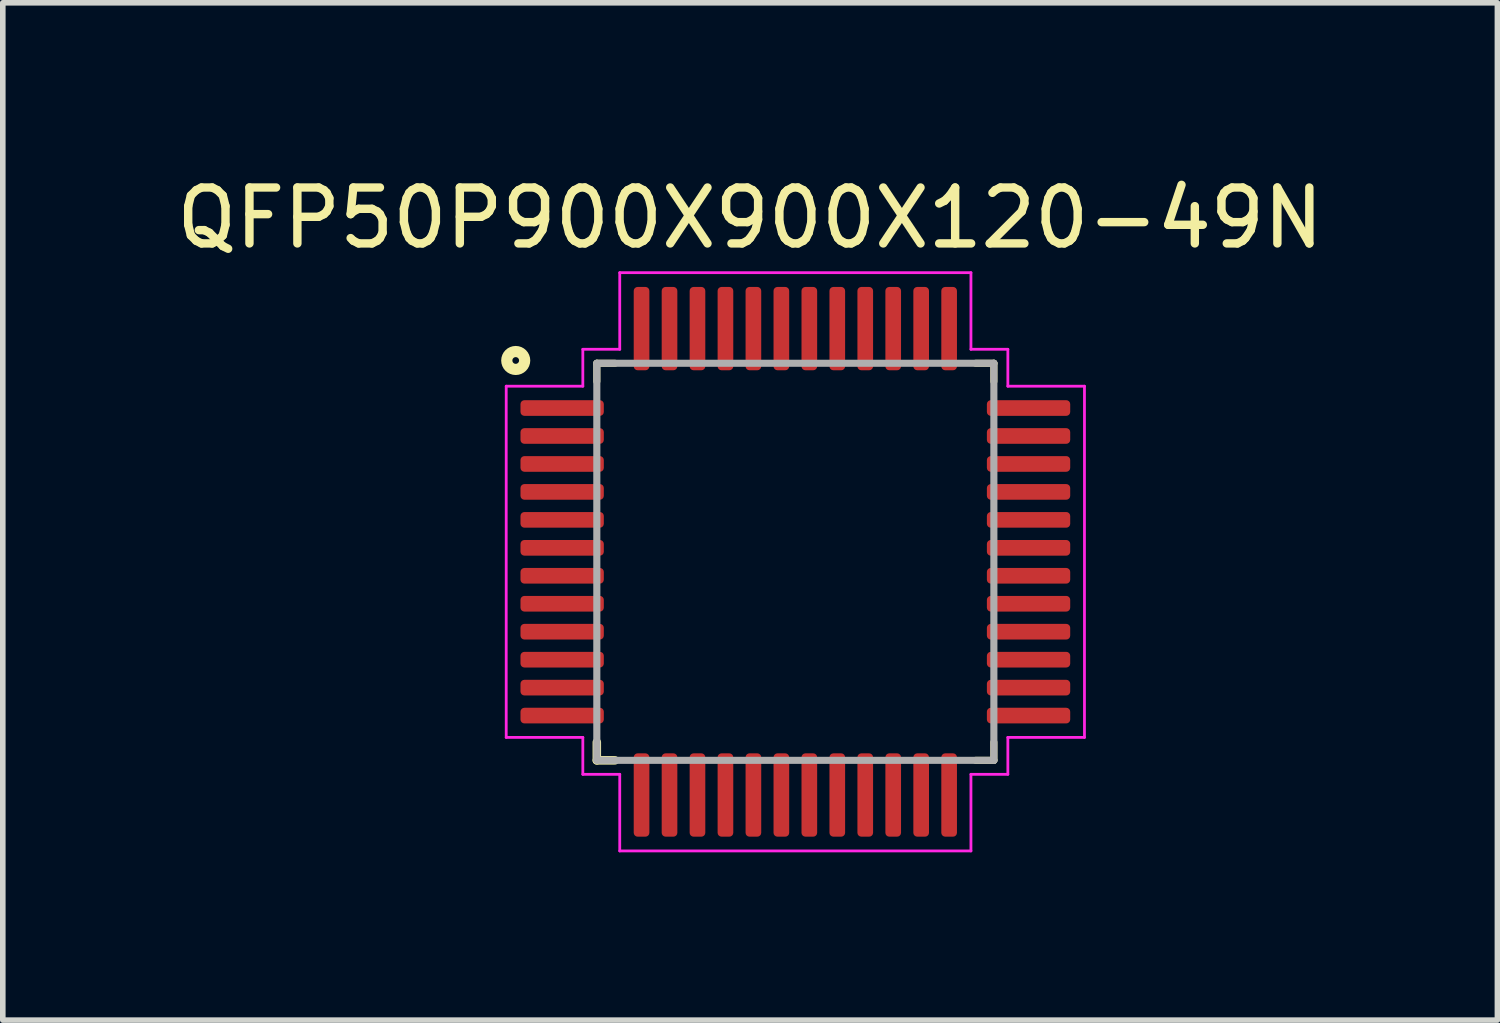
<source format=kicad_pcb>
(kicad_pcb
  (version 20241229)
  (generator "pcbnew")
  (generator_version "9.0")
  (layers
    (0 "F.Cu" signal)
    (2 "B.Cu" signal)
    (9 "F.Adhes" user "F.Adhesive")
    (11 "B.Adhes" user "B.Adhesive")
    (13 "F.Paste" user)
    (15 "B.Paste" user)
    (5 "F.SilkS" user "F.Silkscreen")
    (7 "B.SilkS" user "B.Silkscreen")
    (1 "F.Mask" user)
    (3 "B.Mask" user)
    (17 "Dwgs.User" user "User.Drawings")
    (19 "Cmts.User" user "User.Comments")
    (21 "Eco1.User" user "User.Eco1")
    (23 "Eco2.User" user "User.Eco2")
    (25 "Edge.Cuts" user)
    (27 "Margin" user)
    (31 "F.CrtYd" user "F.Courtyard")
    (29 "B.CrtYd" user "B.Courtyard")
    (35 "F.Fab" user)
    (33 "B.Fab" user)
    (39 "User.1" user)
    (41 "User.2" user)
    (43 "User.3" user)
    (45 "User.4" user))
  (footprint "QFP50P900X900X120-49N"
    (layer "F.Cu")
    (at 11.172 6.996)
    (property "Reference" "QFP50P900X900X120-49N" (at -0.809 -6.148 0) (layer "F.SilkS") (effects (font (size 1 1) (thickness 0.15))))
    (attr smd)
    (fp_line (start -3.55 -3.55) (end -3.55 -3.226) (stroke (width 0.127) (type solid)) (layer "F.SilkS"))
    (fp_line (start -3.55 3.226) (end -3.55 3.55) (stroke (width 0.152) (type solid)) (layer "F.SilkS"))
    (fp_line (start -3.55 3.55) (end -3.226 3.55) (stroke (width 0.152) (type solid)) (layer "F.SilkS"))
    (fp_line (start -3.226 -3.55) (end -3.55 -3.55) (stroke (width 0.127) (type solid)) (layer "F.SilkS"))
    (fp_line (start 3.226 3.55) (end 3.55 3.55) (stroke (width 0.127) (type solid)) (layer "F.SilkS"))
    (fp_line (start 3.55 -3.55) (end 3.226 -3.55) (stroke (width 0.127) (type solid)) (layer "F.SilkS"))
    (fp_line (start 3.55 -3.226) (end 3.55 -3.55) (stroke (width 0.127) (type solid)) (layer "F.SilkS"))
    (fp_line (start 3.55 3.55) (end 3.55 3.226) (stroke (width 0.127) (type solid)) (layer "F.SilkS"))
    (fp_circle (center -5 -3.6) (end -4.84 -3.6) (stroke (width 0.2) (type solid)) (fill no) (layer "F.SilkS"))
    (fp_line (start -5.17 -3.14) (end -3.8 -3.14) (stroke (width 0.05) (type solid)) (layer "F.CrtYd"))
    (fp_line (start -5.17 3.14) (end -5.17 -3.14) (stroke (width 0.05) (type solid)) (layer "F.CrtYd"))
    (fp_line (start -3.8 -3.8) (end -3.14 -3.8) (stroke (width 0.05) (type solid)) (layer "F.CrtYd"))
    (fp_line (start -3.8 -3.14) (end -3.8 -3.8) (stroke (width 0.05) (type solid)) (layer "F.CrtYd"))
    (fp_line (start -3.8 3.14) (end -5.17 3.14) (stroke (width 0.05) (type solid)) (layer "F.CrtYd"))
    (fp_line (start -3.8 3.8) (end -3.8 3.14) (stroke (width 0.05) (type solid)) (layer "F.CrtYd"))
    (fp_line (start -3.14 -5.17) (end 3.14 -5.17) (stroke (width 0.05) (type solid)) (layer "F.CrtYd"))
    (fp_line (start -3.14 -3.8) (end -3.14 -5.17) (stroke (width 0.05) (type solid)) (layer "F.CrtYd"))
    (fp_line (start -3.14 3.8) (end -3.8 3.8) (stroke (width 0.05) (type solid)) (layer "F.CrtYd"))
    (fp_line (start -3.14 5.17) (end -3.14 3.8) (stroke (width 0.05) (type solid)) (layer "F.CrtYd"))
    (fp_line (start 3.14 -5.17) (end 3.14 -3.8) (stroke (width 0.05) (type solid)) (layer "F.CrtYd"))
    (fp_line (start 3.14 -3.8) (end 3.8 -3.8) (stroke (width 0.05) (type solid)) (layer "F.CrtYd"))
    (fp_line (start 3.14 3.8) (end 3.14 5.17) (stroke (width 0.05) (type solid)) (layer "F.CrtYd"))
    (fp_line (start 3.14 5.17) (end -3.14 5.17) (stroke (width 0.05) (type solid)) (layer "F.CrtYd"))
    (fp_line (start 3.8 -3.8) (end 3.8 -3.14) (stroke (width 0.05) (type solid)) (layer "F.CrtYd"))
    (fp_line (start 3.8 -3.14) (end 5.17 -3.14) (stroke (width 0.05) (type solid)) (layer "F.CrtYd"))
    (fp_line (start 3.8 3.14) (end 3.8 3.8) (stroke (width 0.05) (type solid)) (layer "F.CrtYd"))
    (fp_line (start 3.8 3.8) (end 3.14 3.8) (stroke (width 0.05) (type solid)) (layer "F.CrtYd"))
    (fp_line (start 5.17 -3.14) (end 5.17 3.14) (stroke (width 0.05) (type solid)) (layer "F.CrtYd"))
    (fp_line (start 5.17 3.14) (end 3.8 3.14) (stroke (width 0.05) (type solid)) (layer "F.CrtYd"))
    (fp_line (start -3.55 -3.55) (end -3.55 3.55) (stroke (width 0.127) (type solid)) (layer "F.Fab"))
    (fp_line (start -3.55 3.55) (end 3.55 3.55) (stroke (width 0.127) (type solid)) (layer "F.Fab"))
    (fp_line (start 3.55 -3.55) (end -3.55 -3.55) (stroke (width 0.127) (type solid)) (layer "F.Fab"))
    (fp_line (start 3.55 3.55) (end 3.55 -3.55) (stroke (width 0.127) (type solid)) (layer "F.Fab"))
    (pad "1" smd roundrect (at -4.17 -2.75) (size 1.49 0.28) (layers "F.Cu" "F.Mask" "F.Paste") (roundrect_rratio 0.25))
    (pad "2" smd roundrect (at -4.17 -2.25) (size 1.49 0.28) (layers "F.Cu" "F.Mask" "F.Paste") (roundrect_rratio 0.25))
    (pad "3" smd roundrect (at -4.17 -1.75) (size 1.49 0.28) (layers "F.Cu" "F.Mask" "F.Paste") (roundrect_rratio 0.25))
    (pad "4" smd roundrect (at -4.17 -1.25) (size 1.49 0.28) (layers "F.Cu" "F.Mask" "F.Paste") (roundrect_rratio 0.25))
    (pad "5" smd roundrect (at -4.17 -0.75) (size 1.49 0.28) (layers "F.Cu" "F.Mask" "F.Paste") (roundrect_rratio 0.25))
    (pad "6" smd roundrect (at -4.17 -0.25) (size 1.49 0.28) (layers "F.Cu" "F.Mask" "F.Paste") (roundrect_rratio 0.25))
    (pad "7" smd roundrect (at -4.17 0.25) (size 1.49 0.28) (layers "F.Cu" "F.Mask" "F.Paste") (roundrect_rratio 0.25))
    (pad "8" smd roundrect (at -4.17 0.75) (size 1.49 0.28) (layers "F.Cu" "F.Mask" "F.Paste") (roundrect_rratio 0.25))
    (pad "9" smd roundrect (at -4.17 1.25) (size 1.49 0.28) (layers "F.Cu" "F.Mask" "F.Paste") (roundrect_rratio 0.25))
    (pad "10" smd roundrect (at -4.17 1.75) (size 1.49 0.28) (layers "F.Cu" "F.Mask" "F.Paste") (roundrect_rratio 0.25))
    (pad "11" smd roundrect (at -4.17 2.25) (size 1.49 0.28) (layers "F.Cu" "F.Mask" "F.Paste") (roundrect_rratio 0.25))
    (pad "12" smd roundrect (at -4.17 2.75) (size 1.49 0.28) (layers "F.Cu" "F.Mask" "F.Paste") (roundrect_rratio 0.25))
    (pad "13" smd roundrect (at -2.75 4.17) (size 0.28 1.49) (layers "F.Cu" "F.Mask" "F.Paste") (roundrect_rratio 0.25))
    (pad "14" smd roundrect (at -2.25 4.17) (size 0.28 1.49) (layers "F.Cu" "F.Mask" "F.Paste") (roundrect_rratio 0.25))
    (pad "15" smd roundrect (at -1.75 4.17) (size 0.28 1.49) (layers "F.Cu" "F.Mask" "F.Paste") (roundrect_rratio 0.25))
    (pad "16" smd roundrect (at -1.25 4.17) (size 0.28 1.49) (layers "F.Cu" "F.Mask" "F.Paste") (roundrect_rratio 0.25))
    (pad "17" smd roundrect (at -0.75 4.17) (size 0.28 1.49) (layers "F.Cu" "F.Mask" "F.Paste") (roundrect_rratio 0.25))
    (pad "18" smd roundrect (at -0.25 4.17) (size 0.28 1.49) (layers "F.Cu" "F.Mask" "F.Paste") (roundrect_rratio 0.25))
    (pad "19" smd roundrect (at 0.25 4.17) (size 0.28 1.49) (layers "F.Cu" "F.Mask" "F.Paste") (roundrect_rratio 0.25))
    (pad "20" smd roundrect (at 0.75 4.17) (size 0.28 1.49) (layers "F.Cu" "F.Mask" "F.Paste") (roundrect_rratio 0.25))
    (pad "21" smd roundrect (at 1.25 4.17) (size 0.28 1.49) (layers "F.Cu" "F.Mask" "F.Paste") (roundrect_rratio 0.25))
    (pad "22" smd roundrect (at 1.75 4.17) (size 0.28 1.49) (layers "F.Cu" "F.Mask" "F.Paste") (roundrect_rratio 0.25))
    (pad "23" smd roundrect (at 2.25 4.17) (size 0.28 1.49) (layers "F.Cu" "F.Mask" "F.Paste") (roundrect_rratio 0.25))
    (pad "24" smd roundrect (at 2.75 4.17) (size 0.28 1.49) (layers "F.Cu" "F.Mask" "F.Paste") (roundrect_rratio 0.25))
    (pad "25" smd roundrect (at 4.17 2.75) (size 1.49 0.28) (layers "F.Cu" "F.Mask" "F.Paste") (roundrect_rratio 0.25))
    (pad "26" smd roundrect (at 4.17 2.25) (size 1.49 0.28) (layers "F.Cu" "F.Mask" "F.Paste") (roundrect_rratio 0.25))
    (pad "27" smd roundrect (at 4.17 1.75) (size 1.49 0.28) (layers "F.Cu" "F.Mask" "F.Paste") (roundrect_rratio 0.25))
    (pad "28" smd roundrect (at 4.17 1.25) (size 1.49 0.28) (layers "F.Cu" "F.Mask" "F.Paste") (roundrect_rratio 0.25))
    (pad "29" smd roundrect (at 4.17 0.75) (size 1.49 0.28) (layers "F.Cu" "F.Mask" "F.Paste") (roundrect_rratio 0.25))
    (pad "30" smd roundrect (at 4.17 0.25) (size 1.49 0.28) (layers "F.Cu" "F.Mask" "F.Paste") (roundrect_rratio 0.25))
    (pad "31" smd roundrect (at 4.17 -0.25) (size 1.49 0.28) (layers "F.Cu" "F.Mask" "F.Paste") (roundrect_rratio 0.25))
    (pad "32" smd roundrect (at 4.17 -0.75) (size 1.49 0.28) (layers "F.Cu" "F.Mask" "F.Paste") (roundrect_rratio 0.25))
    (pad "33" smd roundrect (at 4.17 -1.25) (size 1.49 0.28) (layers "F.Cu" "F.Mask" "F.Paste") (roundrect_rratio 0.25))
    (pad "34" smd roundrect (at 4.17 -1.75) (size 1.49 0.28) (layers "F.Cu" "F.Mask" "F.Paste") (roundrect_rratio 0.25))
    (pad "35" smd roundrect (at 4.17 -2.25) (size 1.49 0.28) (layers "F.Cu" "F.Mask" "F.Paste") (roundrect_rratio 0.25))
    (pad "36" smd roundrect (at 4.17 -2.75) (size 1.49 0.28) (layers "F.Cu" "F.Mask" "F.Paste") (roundrect_rratio 0.25))
    (pad "37" smd roundrect (at 2.75 -4.17) (size 0.28 1.49) (layers "F.Cu" "F.Mask" "F.Paste") (roundrect_rratio 0.25))
    (pad "38" smd roundrect (at 2.25 -4.17) (size 0.28 1.49) (layers "F.Cu" "F.Mask" "F.Paste") (roundrect_rratio 0.25))
    (pad "39" smd roundrect (at 1.75 -4.17) (size 0.28 1.49) (layers "F.Cu" "F.Mask" "F.Paste") (roundrect_rratio 0.25))
    (pad "40" smd roundrect (at 1.25 -4.17) (size 0.28 1.49) (layers "F.Cu" "F.Mask" "F.Paste") (roundrect_rratio 0.25))
    (pad "41" smd roundrect (at 0.75 -4.17) (size 0.28 1.49) (layers "F.Cu" "F.Mask" "F.Paste") (roundrect_rratio 0.25))
    (pad "42" smd roundrect (at 0.25 -4.17) (size 0.28 1.49) (layers "F.Cu" "F.Mask" "F.Paste") (roundrect_rratio 0.25))
    (pad "43" smd roundrect (at -0.25 -4.17) (size 0.28 1.49) (layers "F.Cu" "F.Mask" "F.Paste") (roundrect_rratio 0.25))
    (pad "44" smd roundrect (at -0.75 -4.17) (size 0.28 1.49) (layers "F.Cu" "F.Mask" "F.Paste") (roundrect_rratio 0.25))
    (pad "45" smd roundrect (at -1.25 -4.17) (size 0.28 1.49) (layers "F.Cu" "F.Mask" "F.Paste") (roundrect_rratio 0.25))
    (pad "46" smd roundrect (at -1.75 -4.17) (size 0.28 1.49) (layers "F.Cu" "F.Mask" "F.Paste") (roundrect_rratio 0.25))
    (pad "47" smd roundrect (at -2.25 -4.17) (size 0.28 1.49) (layers "F.Cu" "F.Mask" "F.Paste") (roundrect_rratio 0.25))
    (pad "48" smd roundrect (at -2.75 -4.17) (size 0.28 1.49) (layers "F.Cu" "F.Mask" "F.Paste") (roundrect_rratio 0.25)))
  (gr_rect
    (start -3 -3)
    (end 23.726 15.191)
    (stroke (width 0.1) (type default))
    (fill no)
    (layer "Edge.Cuts")))
</source>
